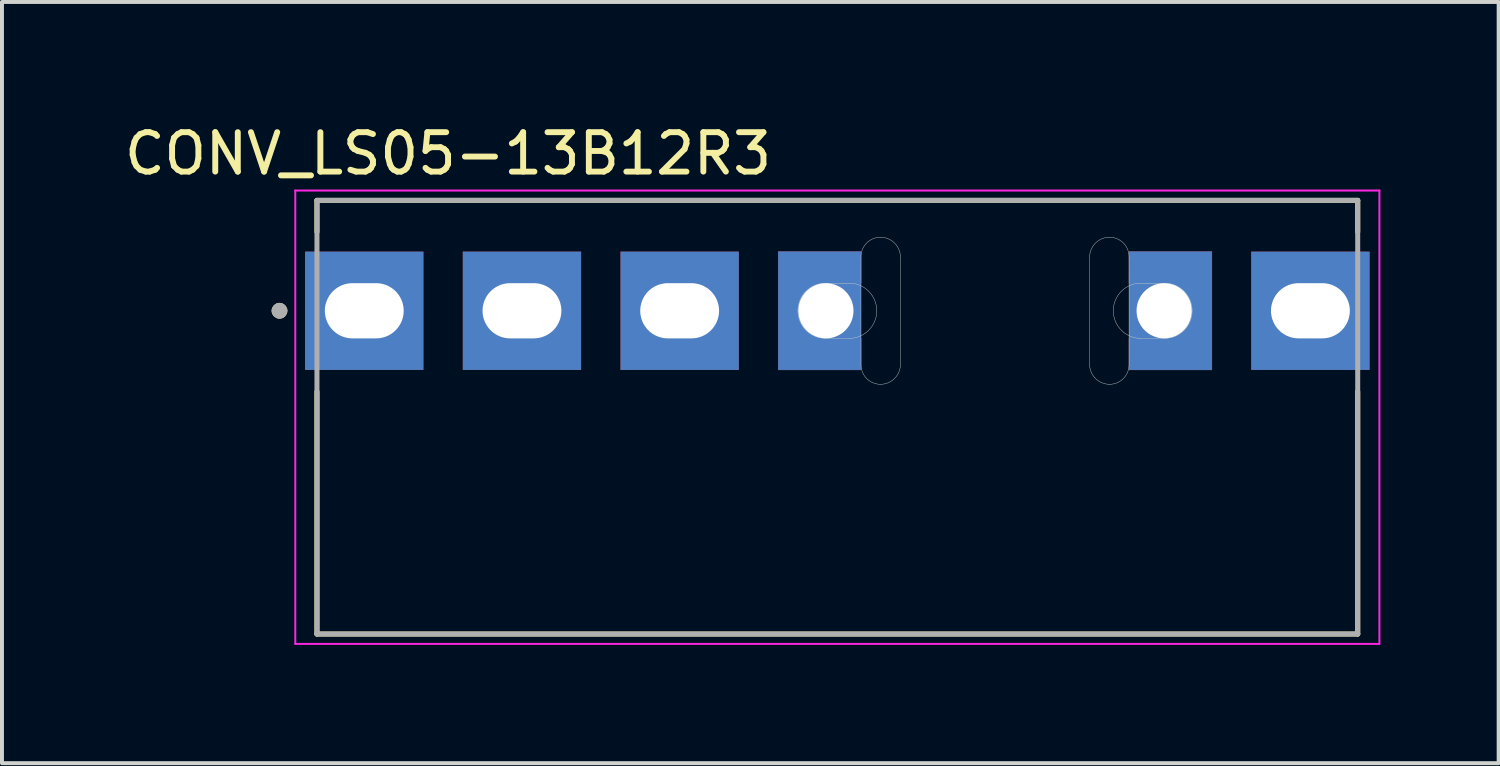
<source format=kicad_pcb>
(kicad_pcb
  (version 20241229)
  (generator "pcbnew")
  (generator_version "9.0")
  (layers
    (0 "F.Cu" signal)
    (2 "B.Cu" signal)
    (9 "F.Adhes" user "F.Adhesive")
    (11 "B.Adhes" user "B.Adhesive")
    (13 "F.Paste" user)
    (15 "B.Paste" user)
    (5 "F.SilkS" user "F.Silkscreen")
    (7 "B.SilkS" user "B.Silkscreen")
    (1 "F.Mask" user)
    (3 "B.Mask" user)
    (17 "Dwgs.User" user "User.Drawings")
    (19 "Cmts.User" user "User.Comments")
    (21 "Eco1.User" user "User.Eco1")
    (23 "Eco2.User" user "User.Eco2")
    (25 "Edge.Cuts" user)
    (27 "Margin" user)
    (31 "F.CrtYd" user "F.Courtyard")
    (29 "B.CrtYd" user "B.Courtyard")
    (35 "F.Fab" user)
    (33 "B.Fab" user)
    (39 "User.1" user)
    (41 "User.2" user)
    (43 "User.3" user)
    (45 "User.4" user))
  (footprint "CONV_LS05-13B12R3"
    (layer "F.Cu")
    (at 18.19 4.833)
    (property "Reference" "CONV_LS05-13B12R3" (at -9.875 -3.985 0) (layer "F.SilkS") (effects (font (size 1 1) (thickness 0.15))))
    (attr through_hole)
    (fp_poly (pts (xy -1 0) (xy -0.999 -0.037) (xy -0.996 -0.073) (xy -0.991 -0.11) (xy -0.985 -0.146) (xy -0.976 -0.181) (xy -0.966 -0.216) (xy -0.954 -0.251) (xy -0.939 -0.285) (xy -0.924 -0.318) (xy -0.906 -0.35) (xy -0.887 -0.381) (xy -0.866 -0.411) (xy -0.844 -0.441) (xy -0.82 -0.468) (xy -0.795 -0.495) (xy -0.768 -0.52) (xy -0.741 -0.544) (xy -0.711 -0.566) (xy -0.681 -0.587) (xy -0.65 -0.606) (xy -0.618 -0.624) (xy -0.585 -0.639) (xy -0.551 -0.654) (xy -0.516 -0.666) (xy -0.481 -0.676) (xy -0.446 -0.685) (xy -0.41 -0.691) (xy -0.373 -0.696) (xy -0.337 -0.699) (xy -0.3 -0.7) (xy 0.6 -0.7) (xy 0.6 -1.5) (xy -1.5 -1.5) (xy -1.5 1.5) (xy 0.6 1.5) (xy 0.6 0.7) (xy -0.3 0.7) (xy -0.337 0.699) (xy -0.373 0.696) (xy -0.41 0.691) (xy -0.446 0.685) (xy -0.481 0.676) (xy -0.516 0.666) (xy -0.551 0.654) (xy -0.585 0.639) (xy -0.618 0.624) (xy -0.65 0.606) (xy -0.681 0.587) (xy -0.711 0.566) (xy -0.741 0.544) (xy -0.768 0.52) (xy -0.795 0.495) (xy -0.82 0.468) (xy -0.844 0.441) (xy -0.866 0.411) (xy -0.887 0.381) (xy -0.906 0.35) (xy -0.924 0.318) (xy -0.939 0.285) (xy -0.954 0.251) (xy -0.966 0.216) (xy -0.976 0.181) (xy -0.985 0.146) (xy -0.991 0.11) (xy -0.996 0.073) (xy -0.999 0.037) (xy -1 0)) (stroke (width 0.01) (type solid)) (fill yes) (layer "F.Cu"))
    (fp_poly (pts (xy 9 0) (xy 8.999 0.037) (xy 8.996 0.073) (xy 8.991 0.11) (xy 8.985 0.146) (xy 8.976 0.181) (xy 8.966 0.216) (xy 8.954 0.251) (xy 8.939 0.285) (xy 8.924 0.318) (xy 8.906 0.35) (xy 8.887 0.381) (xy 8.866 0.411) (xy 8.844 0.441) (xy 8.82 0.468) (xy 8.795 0.495) (xy 8.768 0.52) (xy 8.741 0.544) (xy 8.711 0.566) (xy 8.681 0.587) (xy 8.65 0.606) (xy 8.618 0.624) (xy 8.585 0.639) (xy 8.551 0.654) (xy 8.516 0.666) (xy 8.481 0.676) (xy 8.446 0.685) (xy 8.41 0.691) (xy 8.373 0.696) (xy 8.337 0.699) (xy 8.3 0.7) (xy 7.4 0.7) (xy 7.4 1.5) (xy 9.5 1.5) (xy 9.5 -1.5) (xy 7.4 -1.5) (xy 7.4 -0.7) (xy 8.3 -0.7) (xy 8.337 -0.699) (xy 8.373 -0.696) (xy 8.41 -0.691) (xy 8.446 -0.685) (xy 8.481 -0.676) (xy 8.516 -0.666) (xy 8.551 -0.654) (xy 8.585 -0.639) (xy 8.618 -0.624) (xy 8.65 -0.606) (xy 8.681 -0.587) (xy 8.711 -0.566) (xy 8.741 -0.544) (xy 8.768 -0.52) (xy 8.795 -0.495) (xy 8.82 -0.468) (xy 8.844 -0.441) (xy 8.866 -0.411) (xy 8.887 -0.381) (xy 8.906 -0.35) (xy 8.924 -0.318) (xy 8.939 -0.285) (xy 8.954 -0.251) (xy 8.966 -0.216) (xy 8.976 -0.181) (xy 8.985 -0.146) (xy 8.991 -0.11) (xy 8.996 -0.073) (xy 8.999 -0.037) (xy 9 0)) (stroke (width 0.01) (type solid)) (fill yes) (layer "F.Cu"))
    (fp_poly (pts (xy 0.49 -1.965) (xy 1.7 -1.965) (xy 1.7 1.965) (xy 0.49 1.965)) (stroke (width 0.01) (type solid)) (fill yes) (layer "F.Mask"))
    (fp_poly (pts (xy 6.3 -1.965) (xy 7.49 -1.965) (xy 7.49 1.965) (xy 6.3 1.965)) (stroke (width 0.01) (type solid)) (fill yes) (layer "F.Mask"))
    (fp_poly (pts (xy 0.7 -0.6) (xy 0.7 -1.6) (xy -1.6 -1.6) (xy -1.6 1.6) (xy 0.7 1.6) (xy 0.7 0.6)) (stroke (width 0.01) (type solid)) (fill yes) (layer "F.Mask"))
    (fp_poly (pts (xy 7.3 0.6) (xy 7.3 1.6) (xy 9.6 1.6) (xy 9.6 -1.6) (xy 7.3 -1.6) (xy 7.3 -0.6)) (stroke (width 0.01) (type solid)) (fill yes) (layer "F.Mask"))
    (fp_poly (pts (xy -1 0) (xy -0.999 -0.037) (xy -0.996 -0.073) (xy -0.991 -0.11) (xy -0.985 -0.146) (xy -0.976 -0.181) (xy -0.966 -0.216) (xy -0.954 -0.251) (xy -0.939 -0.285) (xy -0.924 -0.318) (xy -0.906 -0.35) (xy -0.887 -0.381) (xy -0.866 -0.411) (xy -0.844 -0.441) (xy -0.82 -0.468) (xy -0.795 -0.495) (xy -0.768 -0.52) (xy -0.741 -0.544) (xy -0.711 -0.566) (xy -0.681 -0.587) (xy -0.65 -0.606) (xy -0.618 -0.624) (xy -0.585 -0.639) (xy -0.551 -0.654) (xy -0.516 -0.666) (xy -0.481 -0.676) (xy -0.446 -0.685) (xy -0.41 -0.691) (xy -0.373 -0.696) (xy -0.337 -0.699) (xy -0.3 -0.7) (xy 0.6 -0.7) (xy 0.6 -1.5) (xy -1.5 -1.5) (xy -1.5 1.5) (xy 0.6 1.5) (xy 0.6 0.7) (xy -0.3 0.7) (xy -0.337 0.699) (xy -0.373 0.696) (xy -0.41 0.691) (xy -0.446 0.685) (xy -0.481 0.676) (xy -0.516 0.666) (xy -0.551 0.654) (xy -0.585 0.639) (xy -0.618 0.624) (xy -0.65 0.606) (xy -0.681 0.587) (xy -0.711 0.566) (xy -0.741 0.544) (xy -0.768 0.52) (xy -0.795 0.495) (xy -0.82 0.468) (xy -0.844 0.441) (xy -0.866 0.411) (xy -0.887 0.381) (xy -0.906 0.35) (xy -0.924 0.318) (xy -0.939 0.285) (xy -0.954 0.251) (xy -0.966 0.216) (xy -0.976 0.181) (xy -0.985 0.146) (xy -0.991 0.11) (xy -0.996 0.073) (xy -0.999 0.037) (xy -1 0)) (stroke (width 0.01) (type solid)) (fill yes) (layer "B.Cu"))
    (fp_poly (pts (xy 9 0) (xy 8.999 0.037) (xy 8.996 0.073) (xy 8.991 0.11) (xy 8.985 0.146) (xy 8.976 0.181) (xy 8.966 0.216) (xy 8.954 0.251) (xy 8.939 0.285) (xy 8.924 0.318) (xy 8.906 0.35) (xy 8.887 0.381) (xy 8.866 0.411) (xy 8.844 0.441) (xy 8.82 0.468) (xy 8.795 0.495) (xy 8.768 0.52) (xy 8.741 0.544) (xy 8.711 0.566) (xy 8.681 0.587) (xy 8.65 0.606) (xy 8.618 0.624) (xy 8.585 0.639) (xy 8.551 0.654) (xy 8.516 0.666) (xy 8.481 0.676) (xy 8.446 0.685) (xy 8.41 0.691) (xy 8.373 0.696) (xy 8.337 0.699) (xy 8.3 0.7) (xy 7.4 0.7) (xy 7.4 1.5) (xy 9.5 1.5) (xy 9.5 -1.5) (xy 7.4 -1.5) (xy 7.4 -0.7) (xy 8.3 -0.7) (xy 8.337 -0.699) (xy 8.373 -0.696) (xy 8.41 -0.691) (xy 8.446 -0.685) (xy 8.481 -0.676) (xy 8.516 -0.666) (xy 8.551 -0.654) (xy 8.585 -0.639) (xy 8.618 -0.624) (xy 8.65 -0.606) (xy 8.681 -0.587) (xy 8.711 -0.566) (xy 8.741 -0.544) (xy 8.768 -0.52) (xy 8.795 -0.495) (xy 8.82 -0.468) (xy 8.844 -0.441) (xy 8.866 -0.411) (xy 8.887 -0.381) (xy 8.906 -0.35) (xy 8.924 -0.318) (xy 8.939 -0.285) (xy 8.954 -0.251) (xy 8.966 -0.216) (xy 8.976 -0.181) (xy 8.985 -0.146) (xy 8.991 -0.11) (xy 8.996 -0.073) (xy 8.999 -0.037) (xy 9 0)) (stroke (width 0.01) (type solid)) (fill yes) (layer "B.Cu"))
    (fp_poly (pts (xy 0.49 -1.965) (xy 1.7 -1.965) (xy 1.7 1.965) (xy 0.49 1.965)) (stroke (width 0.01) (type solid)) (fill yes) (layer "B.Mask"))
    (fp_poly (pts (xy 6.3 -1.965) (xy 7.49 -1.965) (xy 7.49 1.965) (xy 6.3 1.965)) (stroke (width 0.01) (type solid)) (fill yes) (layer "B.Mask"))
    (fp_poly (pts (xy 0.7 -0.6) (xy 0.7 -1.6) (xy -1.6 -1.6) (xy -1.6 1.6) (xy 0.7 1.6) (xy 0.7 0.6)) (stroke (width 0.01) (type solid)) (fill yes) (layer "B.Mask"))
    (fp_poly (pts (xy 7.3 0.6) (xy 7.3 1.6) (xy 9.6 1.6) (xy 9.6 -1.6) (xy 7.3 -1.6) (xy 7.3 -0.6)) (stroke (width 0.01) (type solid)) (fill yes) (layer "B.Mask"))
    (fp_line (start -13.2 -2.8) (end -13.2 -2) (stroke (width 0.127) (type solid)) (layer "F.SilkS"))
    (fp_line (start -13.2 2.05) (end -13.2 8.2) (stroke (width 0.127) (type solid)) (layer "F.SilkS"))
    (fp_line (start -13.2 8.2) (end 13.2 8.2) (stroke (width 0.127) (type solid)) (layer "F.SilkS"))
    (fp_line (start 13.2 -2.8) (end -13.2 -2.8) (stroke (width 0.127) (type solid)) (layer "F.SilkS"))
    (fp_line (start 13.2 -2.8) (end 13.2 -2) (stroke (width 0.127) (type solid)) (layer "F.SilkS"))
    (fp_line (start 13.2 2.05) (end 13.2 8.2) (stroke (width 0.127) (type solid)) (layer "F.SilkS"))
    (fp_circle (center -14.15 0) (end -14.05 0) (stroke (width 0.2) (type solid)) (fill no) (layer "F.SilkS"))
    (fp_line (start -0.3 -0.7) (end 0.3 -0.7) (stroke (width 0.01) (type solid)) (layer "Edge.Cuts"))
    (fp_line (start 0.3 0.7) (end -0.3 0.7) (stroke (width 0.01) (type solid)) (layer "Edge.Cuts"))
    (fp_line (start 0.6 -1.365) (end 0.6 1.365) (stroke (width 0.01) (type solid)) (layer "Edge.Cuts"))
    (fp_line (start 1.6 1.365) (end 1.6 -1.365) (stroke (width 0.01) (type solid)) (layer "Edge.Cuts"))
    (fp_line (start 6.4 -1.365) (end 6.4 1.365) (stroke (width 0.01) (type solid)) (layer "Edge.Cuts"))
    (fp_line (start 7.4 1.365) (end 7.4 -1.365) (stroke (width 0.01) (type solid)) (layer "Edge.Cuts"))
    (fp_line (start 7.7 -0.7) (end 8.3 -0.7) (stroke (width 0.01) (type solid)) (layer "Edge.Cuts"))
    (fp_line (start 8.3 0.7) (end 7.7 0.7) (stroke (width 0.01) (type solid)) (layer "Edge.Cuts"))
    (fp_arc (start -1 0) (mid -0.794975 -0.494975) (end -0.3 -0.7) (stroke (width 0.01) (type solid)) (layer "Edge.Cuts"))
    (fp_arc (start -0.3 0.7) (mid -0.794975 0.494975) (end -1 0) (stroke (width 0.01) (type solid)) (layer "Edge.Cuts"))
    (fp_arc (start 0.3 -0.7) (mid 0.794975 -0.494975) (end 1 0) (stroke (width 0.01) (type solid)) (layer "Edge.Cuts"))
    (fp_arc (start 0.6 -1.365) (mid 0.741447 -1.716482) (end 1.09 -1.865) (stroke (width 0.01) (type solid)) (layer "Edge.Cuts"))
    (fp_arc (start 1 0) (mid 0.794975 0.494975) (end 0.3 0.7) (stroke (width 0.01) (type solid)) (layer "Edge.Cuts"))
    (fp_arc (start 1.09 -1.865) (mid 1.448553 -1.720624) (end 1.6 -1.365) (stroke (width 0.01) (type solid)) (layer "Edge.Cuts"))
    (fp_arc (start 1.09 1.865) (mid 0.741447 1.716482) (end 0.6 1.365) (stroke (width 0.01) (type solid)) (layer "Edge.Cuts"))
    (fp_arc (start 1.6 1.365) (mid 1.448553 1.720624) (end 1.09 1.865) (stroke (width 0.01) (type solid)) (layer "Edge.Cuts"))
    (fp_arc (start 6.4 -1.365) (mid 6.551447 -1.720624) (end 6.91 -1.865) (stroke (width 0.01) (type solid)) (layer "Edge.Cuts"))
    (fp_arc (start 6.91 -1.865) (mid 7.258553 -1.716482) (end 7.4 -1.365) (stroke (width 0.01) (type solid)) (layer "Edge.Cuts"))
    (fp_arc (start 6.91 1.865) (mid 6.551447 1.720624) (end 6.4 1.365) (stroke (width 0.01) (type solid)) (layer "Edge.Cuts"))
    (fp_arc (start 7 0) (mid 7.205025 -0.494975) (end 7.7 -0.7) (stroke (width 0.01) (type solid)) (layer "Edge.Cuts"))
    (fp_arc (start 7.4 1.365) (mid 7.258553 1.716482) (end 6.91 1.865) (stroke (width 0.01) (type solid)) (layer "Edge.Cuts"))
    (fp_arc (start 7.7 0.7) (mid 7.205025 0.494975) (end 7 0) (stroke (width 0.01) (type solid)) (layer "Edge.Cuts"))
    (fp_arc (start 8.3 -0.7) (mid 8.794975 -0.494975) (end 9 0) (stroke (width 0.01) (type solid)) (layer "Edge.Cuts"))
    (fp_arc (start 9 0) (mid 8.794975 0.494975) (end 8.3 0.7) (stroke (width 0.01) (type solid)) (layer "Edge.Cuts"))
    (fp_line (start -13.75 -3.05) (end -13.75 8.45) (stroke (width 0.05) (type solid)) (layer "F.CrtYd"))
    (fp_line (start -13.75 8.45) (end 13.75 8.45) (stroke (width 0.05) (type solid)) (layer "F.CrtYd"))
    (fp_line (start 13.75 -3.05) (end -13.75 -3.05) (stroke (width 0.05) (type solid)) (layer "F.CrtYd"))
    (fp_line (start 13.75 8.45) (end 13.75 -3.05) (stroke (width 0.05) (type solid)) (layer "F.CrtYd"))
    (fp_line (start -13.2 -2.8) (end -13.2 8.2) (stroke (width 0.127) (type solid)) (layer "F.Fab"))
    (fp_line (start -13.2 8.2) (end 13.2 8.2) (stroke (width 0.127) (type solid)) (layer "F.Fab"))
    (fp_line (start 13.2 -2.8) (end -13.2 -2.8) (stroke (width 0.127) (type solid)) (layer "F.Fab"))
    (fp_line (start 13.2 8.2) (end 13.2 -2.8) (stroke (width 0.127) (type solid)) (layer "F.Fab"))
    (fp_circle (center -14.15 0) (end -14.05 0) (stroke (width 0.2) (type solid)) (fill no) (layer "F.Fab"))
    (pad "1" thru_hole rect (at -12 0) (size 3 3) (drill oval 2 1.4) (layers "*.Cu" "*.Mask"))
    (pad "2" thru_hole rect (at -8 0) (size 3 3) (drill oval 2 1.4) (layers "*.Cu" "*.Mask"))
    (pad "3" thru_hole rect (at -4 0) (size 3 3) (drill oval 2 1.4) (layers "*.Cu" "*.Mask"))
    (pad "4" thru_hole rect (at -0.29 0) (size 1.78 1.78) (drill 1.4) (layers "*.Cu"))
    (pad "5" thru_hole rect (at 8.29 0) (size 1.78 1.78) (drill 1.4) (layers "*.Cu"))
    (pad "6" thru_hole rect (at 12 0) (size 3 3) (drill oval 2 1.4) (layers "*.Cu" "*.Mask")))
  (gr_rect
    (start -3 -3)
    (end 34.965 16.308)
    (stroke (width 0.1) (type default))
    (fill no)
    (layer "Edge.Cuts")))
</source>
